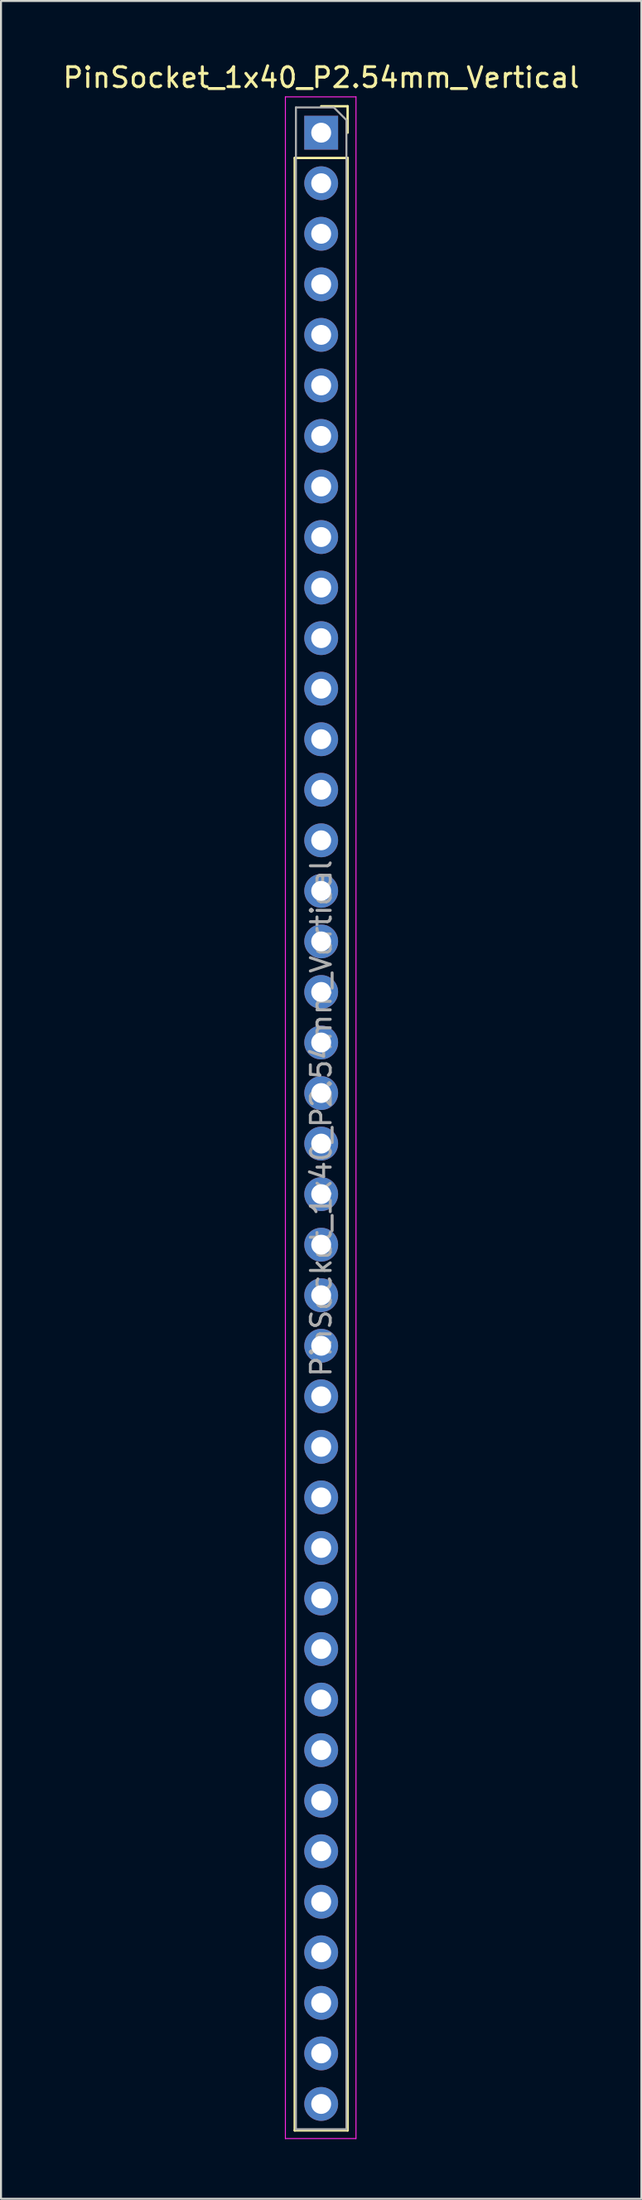
<source format=kicad_pcb>
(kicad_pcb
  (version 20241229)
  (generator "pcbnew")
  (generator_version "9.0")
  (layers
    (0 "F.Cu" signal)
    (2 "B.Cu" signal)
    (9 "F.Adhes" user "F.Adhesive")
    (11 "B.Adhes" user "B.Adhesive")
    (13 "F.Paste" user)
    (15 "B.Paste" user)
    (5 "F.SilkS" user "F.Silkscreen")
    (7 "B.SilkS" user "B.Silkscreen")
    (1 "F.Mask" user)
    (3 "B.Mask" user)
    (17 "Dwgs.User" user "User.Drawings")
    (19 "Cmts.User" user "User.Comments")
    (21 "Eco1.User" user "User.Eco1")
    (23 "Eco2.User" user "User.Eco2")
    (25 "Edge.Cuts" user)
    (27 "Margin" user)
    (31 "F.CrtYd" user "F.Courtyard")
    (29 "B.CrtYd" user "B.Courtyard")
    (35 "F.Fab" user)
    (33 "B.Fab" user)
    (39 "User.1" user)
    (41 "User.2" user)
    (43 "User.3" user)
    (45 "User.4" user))
  (footprint "PinSocket_1x40_P2.54mm_Vertical"
    (layer "F.Cu")
    (at 13.101 3.618)
    (property "Reference" "PinSocket_1x40_P2.54mm_Vertical" (at 0 -2.77 0) (layer "F.SilkS") (effects (font (size 1 1) (thickness 0.15))))
    (attr through_hole)
    (fp_line (start -1.33 1.27) (end -1.33 100.39) (stroke (width 0.12) (type solid)) (layer "F.SilkS"))
    (fp_line (start -1.33 1.27) (end 1.33 1.27) (stroke (width 0.12) (type solid)) (layer "F.SilkS"))
    (fp_line (start -1.33 100.39) (end 1.33 100.39) (stroke (width 0.12) (type solid)) (layer "F.SilkS"))
    (fp_line (start 0 -1.33) (end 1.33 -1.33) (stroke (width 0.12) (type solid)) (layer "F.SilkS"))
    (fp_line (start 1.33 -1.33) (end 1.33 0) (stroke (width 0.12) (type solid)) (layer "F.SilkS"))
    (fp_line (start 1.33 1.27) (end 1.33 100.39) (stroke (width 0.12) (type solid)) (layer "F.SilkS"))
    (fp_line (start -1.8 -1.8) (end 1.75 -1.8) (stroke (width 0.05) (type solid)) (layer "F.CrtYd"))
    (fp_line (start -1.8 100.8) (end -1.8 -1.8) (stroke (width 0.05) (type solid)) (layer "F.CrtYd"))
    (fp_line (start 1.75 -1.8) (end 1.75 100.8) (stroke (width 0.05) (type solid)) (layer "F.CrtYd"))
    (fp_line (start 1.75 100.8) (end -1.8 100.8) (stroke (width 0.05) (type solid)) (layer "F.CrtYd"))
    (fp_line (start -1.27 -1.27) (end 0.635 -1.27) (stroke (width 0.1) (type solid)) (layer "F.Fab"))
    (fp_line (start -1.27 100.33) (end -1.27 -1.27) (stroke (width 0.1) (type solid)) (layer "F.Fab"))
    (fp_line (start 0.635 -1.27) (end 1.27 -0.635) (stroke (width 0.1) (type solid)) (layer "F.Fab"))
    (fp_line (start 1.27 -0.635) (end 1.27 100.33) (stroke (width 0.1) (type solid)) (layer "F.Fab"))
    (fp_line (start 1.27 100.33) (end -1.27 100.33) (stroke (width 0.1) (type solid)) (layer "F.Fab"))
    (fp_text user "${REFERENCE}" (at 0 49.53 90) (layer "F.Fab") (effects (font (size 1 1) (thickness 0.15))))
    (pad "1" thru_hole rect (at 0 0) (size 1.7 1.7) (drill 1) (layers "*.Cu" "*.Mask"))
    (pad "2" thru_hole circle (at 0 2.54) (size 1.7 1.7) (drill 1) (layers "*.Cu" "*.Mask"))
    (pad "3" thru_hole circle (at 0 5.08) (size 1.7 1.7) (drill 1) (layers "*.Cu" "*.Mask"))
    (pad "4" thru_hole circle (at 0 7.62) (size 1.7 1.7) (drill 1) (layers "*.Cu" "*.Mask"))
    (pad "5" thru_hole circle (at 0 10.16) (size 1.7 1.7) (drill 1) (layers "*.Cu" "*.Mask"))
    (pad "6" thru_hole circle (at 0 12.7) (size 1.7 1.7) (drill 1) (layers "*.Cu" "*.Mask"))
    (pad "7" thru_hole circle (at 0 15.24) (size 1.7 1.7) (drill 1) (layers "*.Cu" "*.Mask"))
    (pad "8" thru_hole circle (at 0 17.78) (size 1.7 1.7) (drill 1) (layers "*.Cu" "*.Mask"))
    (pad "9" thru_hole circle (at 0 20.32) (size 1.7 1.7) (drill 1) (layers "*.Cu" "*.Mask"))
    (pad "10" thru_hole circle (at 0 22.86) (size 1.7 1.7) (drill 1) (layers "*.Cu" "*.Mask"))
    (pad "11" thru_hole circle (at 0 25.4) (size 1.7 1.7) (drill 1) (layers "*.Cu" "*.Mask"))
    (pad "12" thru_hole circle (at 0 27.94) (size 1.7 1.7) (drill 1) (layers "*.Cu" "*.Mask"))
    (pad "13" thru_hole circle (at 0 30.48) (size 1.7 1.7) (drill 1) (layers "*.Cu" "*.Mask"))
    (pad "14" thru_hole circle (at 0 33.02) (size 1.7 1.7) (drill 1) (layers "*.Cu" "*.Mask"))
    (pad "15" thru_hole circle (at 0 35.56) (size 1.7 1.7) (drill 1) (layers "*.Cu" "*.Mask"))
    (pad "16" thru_hole circle (at 0 38.1) (size 1.7 1.7) (drill 1) (layers "*.Cu" "*.Mask"))
    (pad "17" thru_hole circle (at 0 40.64) (size 1.7 1.7) (drill 1) (layers "*.Cu" "*.Mask"))
    (pad "18" thru_hole circle (at 0 43.18) (size 1.7 1.7) (drill 1) (layers "*.Cu" "*.Mask"))
    (pad "19" thru_hole circle (at 0 45.72) (size 1.7 1.7) (drill 1) (layers "*.Cu" "*.Mask"))
    (pad "20" thru_hole circle (at 0 48.26) (size 1.7 1.7) (drill 1) (layers "*.Cu" "*.Mask"))
    (pad "21" thru_hole circle (at 0 50.8) (size 1.7 1.7) (drill 1) (layers "*.Cu" "*.Mask"))
    (pad "22" thru_hole circle (at 0 53.34) (size 1.7 1.7) (drill 1) (layers "*.Cu" "*.Mask"))
    (pad "23" thru_hole circle (at 0 55.88) (size 1.7 1.7) (drill 1) (layers "*.Cu" "*.Mask"))
    (pad "24" thru_hole circle (at 0 58.42) (size 1.7 1.7) (drill 1) (layers "*.Cu" "*.Mask"))
    (pad "25" thru_hole circle (at 0 60.96) (size 1.7 1.7) (drill 1) (layers "*.Cu" "*.Mask"))
    (pad "26" thru_hole circle (at 0 63.5) (size 1.7 1.7) (drill 1) (layers "*.Cu" "*.Mask"))
    (pad "27" thru_hole circle (at 0 66.04) (size 1.7 1.7) (drill 1) (layers "*.Cu" "*.Mask"))
    (pad "28" thru_hole circle (at 0 68.58) (size 1.7 1.7) (drill 1) (layers "*.Cu" "*.Mask"))
    (pad "29" thru_hole circle (at 0 71.12) (size 1.7 1.7) (drill 1) (layers "*.Cu" "*.Mask"))
    (pad "30" thru_hole circle (at 0 73.66) (size 1.7 1.7) (drill 1) (layers "*.Cu" "*.Mask"))
    (pad "31" thru_hole circle (at 0 76.2) (size 1.7 1.7) (drill 1) (layers "*.Cu" "*.Mask"))
    (pad "32" thru_hole circle (at 0 78.74) (size 1.7 1.7) (drill 1) (layers "*.Cu" "*.Mask"))
    (pad "33" thru_hole circle (at 0 81.28) (size 1.7 1.7) (drill 1) (layers "*.Cu" "*.Mask"))
    (pad "34" thru_hole circle (at 0 83.82) (size 1.7 1.7) (drill 1) (layers "*.Cu" "*.Mask"))
    (pad "35" thru_hole circle (at 0 86.36) (size 1.7 1.7) (drill 1) (layers "*.Cu" "*.Mask"))
    (pad "36" thru_hole circle (at 0 88.9) (size 1.7 1.7) (drill 1) (layers "*.Cu" "*.Mask"))
    (pad "37" thru_hole circle (at 0 91.44) (size 1.7 1.7) (drill 1) (layers "*.Cu" "*.Mask"))
    (pad "38" thru_hole circle (at 0 93.98) (size 1.7 1.7) (drill 1) (layers "*.Cu" "*.Mask"))
    (pad "39" thru_hole circle (at 0 96.52) (size 1.7 1.7) (drill 1) (layers "*.Cu" "*.Mask"))
    (pad "40" thru_hole circle (at 0 99.06) (size 1.7 1.7) (drill 1) (layers "*.Cu" "*.Mask")))
  (gr_rect
    (start -3 -3)
    (end 29.202 107.443)
    (stroke (width 0.1) (type default))
    (fill no)
    (layer "Edge.Cuts")))
</source>
